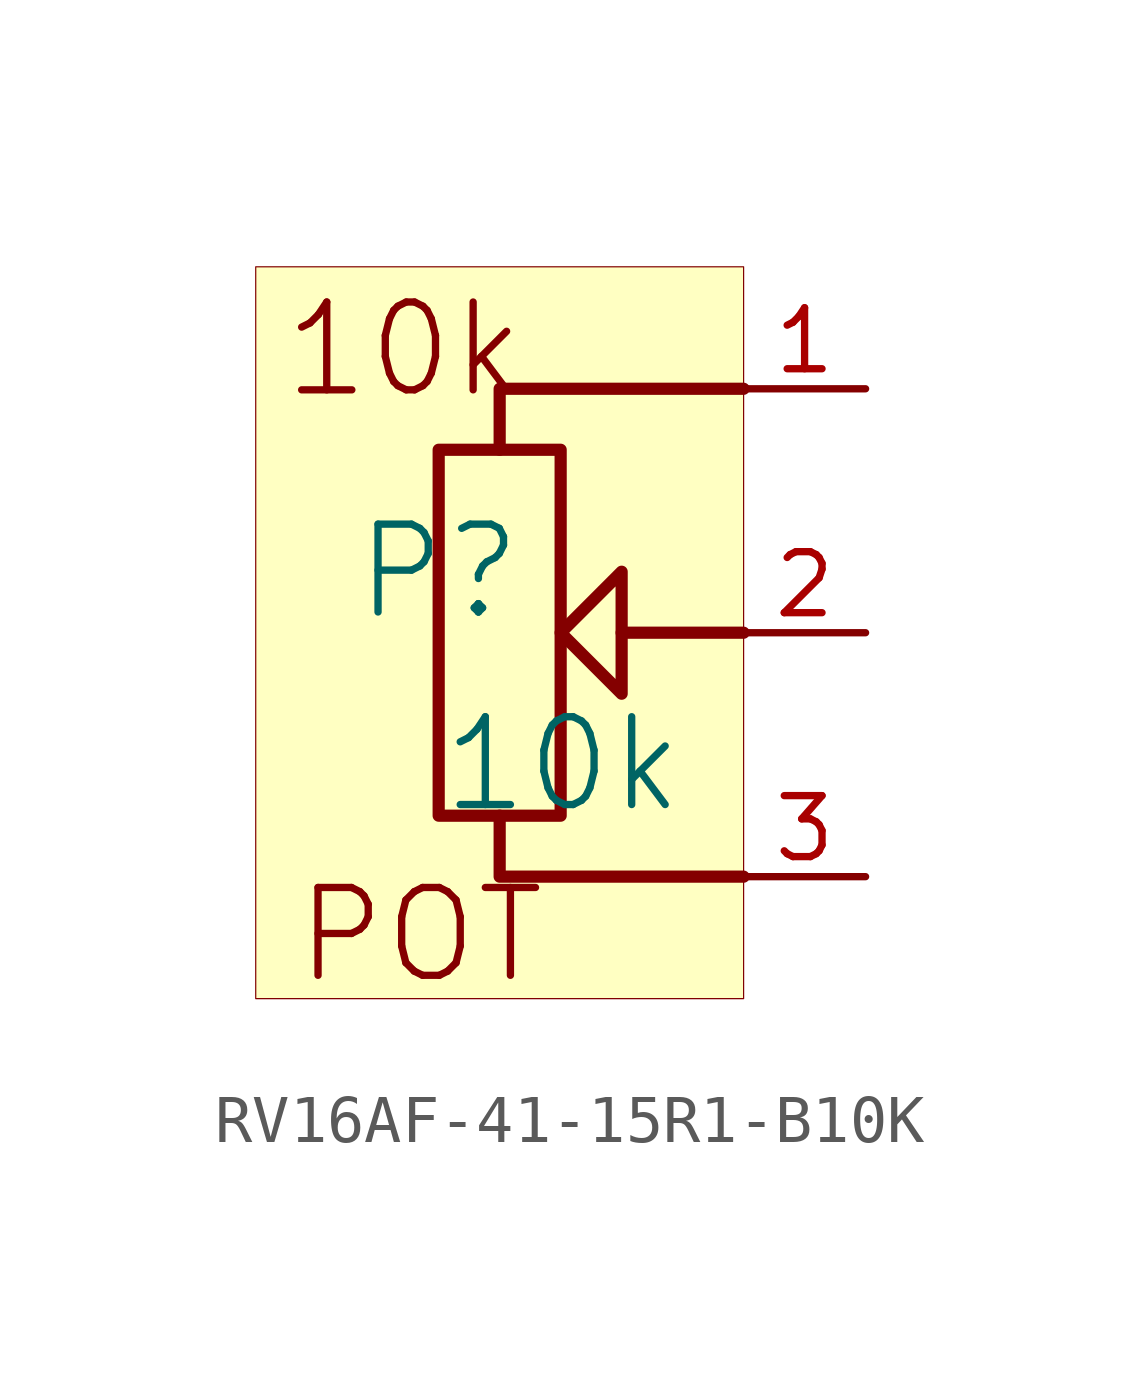
<source format=kicad_sym>
(kicad_symbol_lib
  (version 20231120)
  (generator "kicad_symbol_editor")
  (generator_version "8.0")
  (symbol "RV16AF-41-15R1-B10K"
    (property "Reference" "P"
      (at -1.27 1.27 0)
      (effects (font (size 1.829 1.829))))
    (property "Value" "10k"
      (at -1.27 -3.81 0)
      (effects (font (size 1.829 1.829)) (justify left bottom)))
    (symbol "RV16AF-41-15R1-B10K_1_0"
      (polyline (pts (xy 5.08 0) (xy 2.54 0)) (stroke (width 0.254) (type solid)) (fill (type none)))
      (polyline (pts (xy 5.08 -5.08) (xy 0 -5.08) (xy 0 -3.81)) (stroke (width 0.254) (type solid)) (fill (type none)))
      (polyline (pts (xy 5.08 5.08) (xy 0 5.08) (xy 0 3.81)) (stroke (width 0.254) (type solid)) (fill (type none)))
      (polyline (pts (xy -1.27 3.81) (xy 1.27 3.81) (xy 1.27 -3.81) (xy -1.27 -3.81) (xy -1.27 3.81)) (stroke (width 0.254) (type solid)) (fill (type none)))
      (polyline (pts (xy 2.54 0) (xy 2.54 1.27) (xy 1.27 0) (xy 2.54 -1.27) (xy 2.54 0)) (stroke (width 0.254) (type solid)) (fill (type none)))
      (rectangle (start 5.08 7.62) (end -5.08 -7.62) (stroke (width 0.025) (type solid) (color 128 0 0 1)) (fill (type background)))
      (text "10k" (at -4.572 4.826 0) (effects (font (size 1.829 1.829)) (justify left bottom)))
      (text "POT" (at -4.318 -7.366 0) (effects (font (size 1.829 1.829)) (justify left bottom)))
      (pin passive line (at 7.62 5.08 180) (length 2.54) (name "1" (effects (font (size 0 0)))) (number "1" (effects (font (size 1.27 1.27)))))
      (pin passive line (at 7.62 0 180) (length 2.54) (name "2" (effects (font (size 0 0)))) (number "2" (effects (font (size 1.27 1.27)))))
      (pin passive line (at 7.62 -5.08 180) (length 2.54) (name "3" (effects (font (size 0 0)))) (number "3" (effects (font (size 1.27 1.27))))))))
</source>
